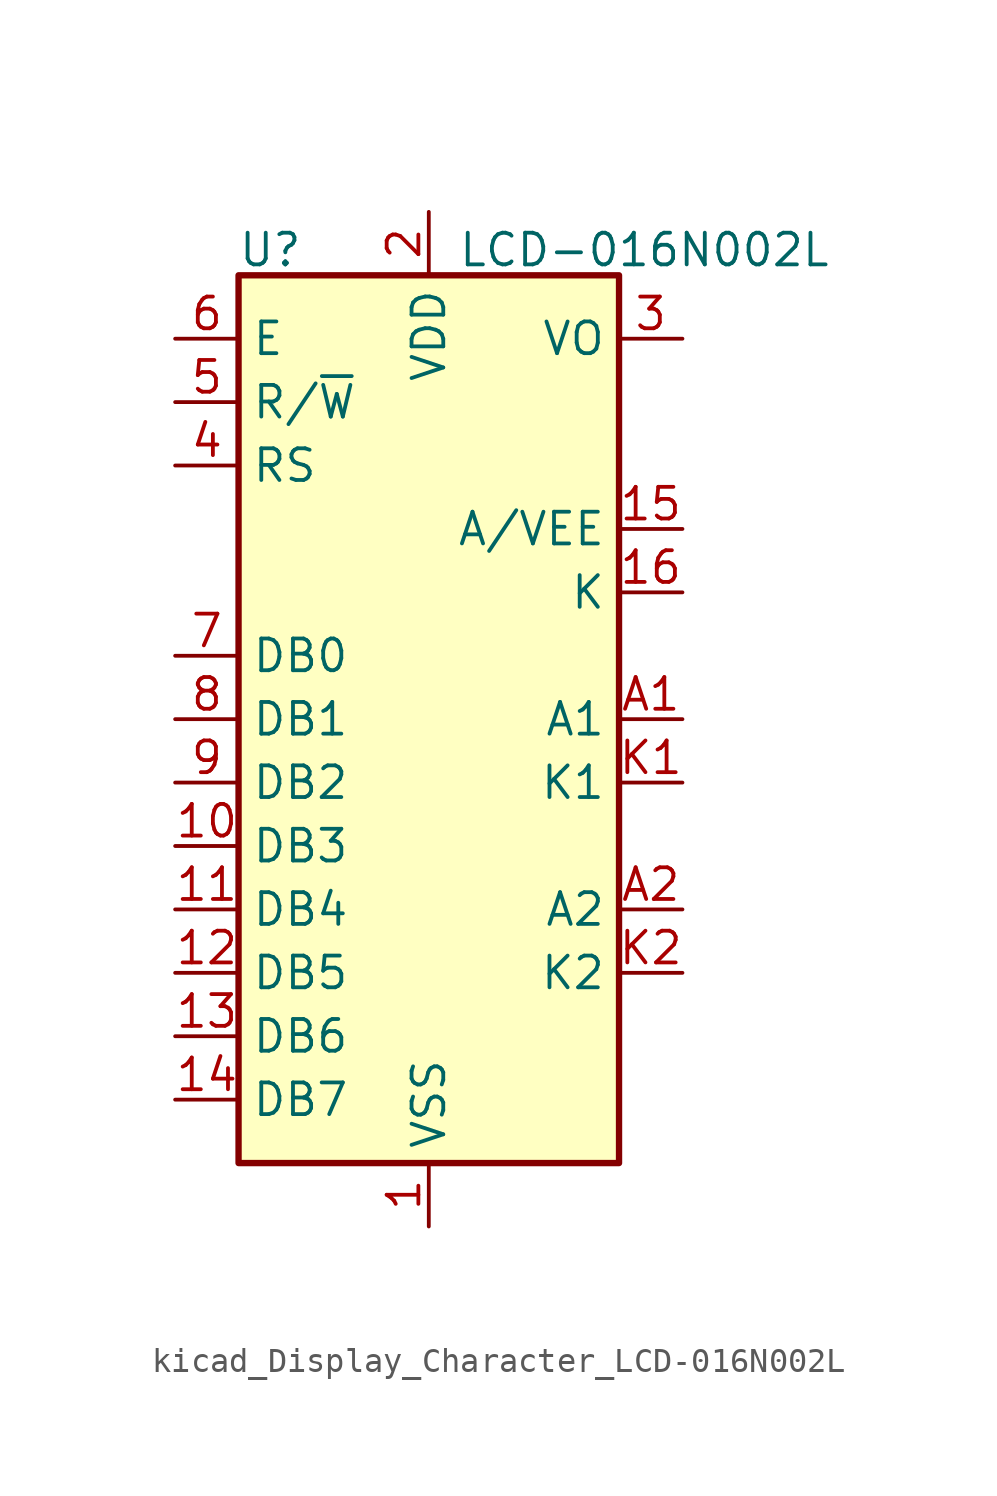
<source format=kicad_sym>
(kicad_symbol_lib
  (version 20220914)
  (generator kicad_symbol_editor)
  (symbol "kicad_Display_Character_LCD-016N002L"
    (property "Reference" "U"
      (at -6.35 18.796 0)
      (effects (font (size 1.27 1.27))))
    (property "Value" "LCD-016N002L"
      (at 8.636 18.796 0)
      (effects (font (size 1.27 1.27))))
    (symbol "kicad_Display_Character_LCD-016N002L_1_1"
      (rectangle (start -7.62 17.78) (end 7.62 -17.78) (stroke (width 0.254) (type default)) (fill (type background)))
      (pin power_in line (at 0 -20.32 90) (length 2.54) (name "VSS" (effects (font (size 1.27 1.27)))) (number "1" (effects (font (size 1.27 1.27)))))
      (pin bidirectional line (at -10.16 -5.08 0) (length 2.54) (name "DB3" (effects (font (size 1.27 1.27)))) (number "10" (effects (font (size 1.27 1.27)))))
      (pin bidirectional line (at -10.16 -7.62 0) (length 2.54) (name "DB4" (effects (font (size 1.27 1.27)))) (number "11" (effects (font (size 1.27 1.27)))))
      (pin bidirectional line (at -10.16 -10.16 0) (length 2.54) (name "DB5" (effects (font (size 1.27 1.27)))) (number "12" (effects (font (size 1.27 1.27)))))
      (pin bidirectional line (at -10.16 -12.7 0) (length 2.54) (name "DB6" (effects (font (size 1.27 1.27)))) (number "13" (effects (font (size 1.27 1.27)))))
      (pin bidirectional line (at -10.16 -15.24 0) (length 2.54) (name "DB7" (effects (font (size 1.27 1.27)))) (number "14" (effects (font (size 1.27 1.27)))))
      (pin power_in line (at 10.16 7.62 180) (length 2.54) (name "A/VEE" (effects (font (size 1.27 1.27)))) (number "15" (effects (font (size 1.27 1.27)))))
      (pin power_in line (at 10.16 5.08 180) (length 2.54) (name "K" (effects (font (size 1.27 1.27)))) (number "16" (effects (font (size 1.27 1.27)))))
      (pin power_in line (at 0 20.32 270) (length 2.54) (name "VDD" (effects (font (size 1.27 1.27)))) (number "2" (effects (font (size 1.27 1.27)))))
      (pin input line (at 10.16 15.24 180) (length 2.54) (name "VO" (effects (font (size 1.27 1.27)))) (number "3" (effects (font (size 1.27 1.27)))))
      (pin input line (at -10.16 10.16 0) (length 2.54) (name "RS" (effects (font (size 1.27 1.27)))) (number "4" (effects (font (size 1.27 1.27)))))
      (pin input line (at -10.16 12.7 0) (length 2.54) (name "R/~{W}" (effects (font (size 1.27 1.27)))) (number "5" (effects (font (size 1.27 1.27)))))
      (pin input line (at -10.16 15.24 0) (length 2.54) (name "E" (effects (font (size 1.27 1.27)))) (number "6" (effects (font (size 1.27 1.27)))))
      (pin bidirectional line (at -10.16 2.54 0) (length 2.54) (name "DB0" (effects (font (size 1.27 1.27)))) (number "7" (effects (font (size 1.27 1.27)))))
      (pin bidirectional line (at -10.16 0 0) (length 2.54) (name "DB1" (effects (font (size 1.27 1.27)))) (number "8" (effects (font (size 1.27 1.27)))))
      (pin bidirectional line (at -10.16 -2.54 0) (length 2.54) (name "DB2" (effects (font (size 1.27 1.27)))) (number "9" (effects (font (size 1.27 1.27)))))
      (pin power_in line (at 10.16 0 180) (length 2.54) (name "A1" (effects (font (size 1.27 1.27)))) (number "A1" (effects (font (size 1.27 1.27)))))
      (pin power_in line (at 10.16 -7.62 180) (length 2.54) (name "A2" (effects (font (size 1.27 1.27)))) (number "A2" (effects (font (size 1.27 1.27)))))
      (pin power_in line (at 10.16 -2.54 180) (length 2.54) (name "K1" (effects (font (size 1.27 1.27)))) (number "K1" (effects (font (size 1.27 1.27)))))
      (pin power_in line (at 10.16 -10.16 180) (length 2.54) (name "K2" (effects (font (size 1.27 1.27)))) (number "K2" (effects (font (size 1.27 1.27))))))))
</source>
